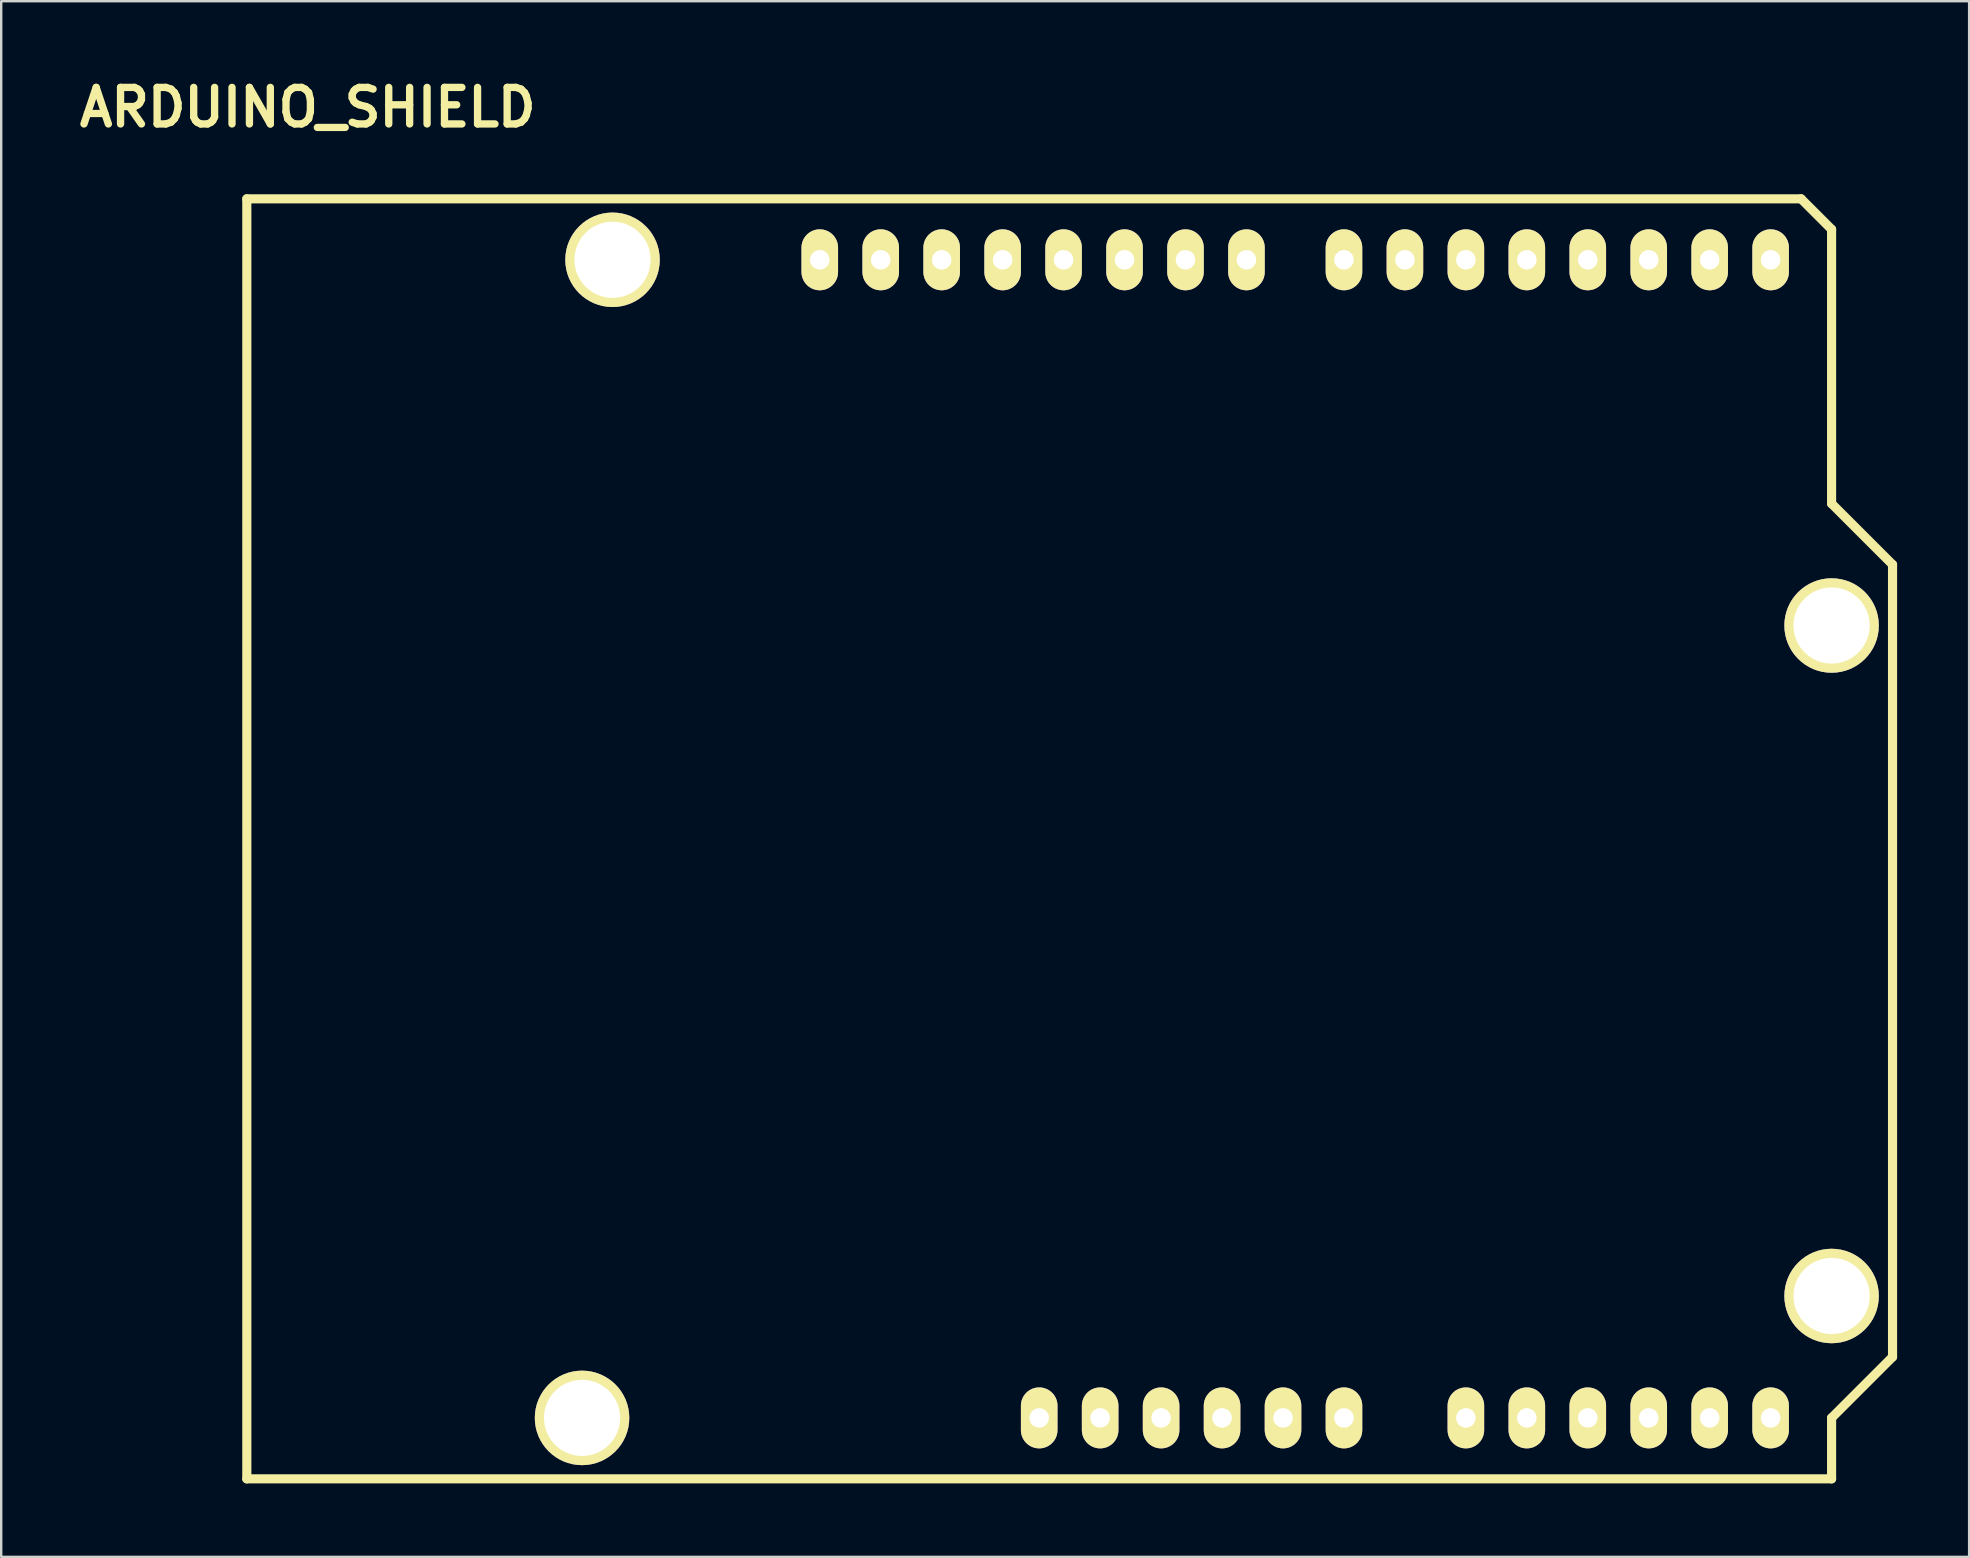
<source format=kicad_pcb>
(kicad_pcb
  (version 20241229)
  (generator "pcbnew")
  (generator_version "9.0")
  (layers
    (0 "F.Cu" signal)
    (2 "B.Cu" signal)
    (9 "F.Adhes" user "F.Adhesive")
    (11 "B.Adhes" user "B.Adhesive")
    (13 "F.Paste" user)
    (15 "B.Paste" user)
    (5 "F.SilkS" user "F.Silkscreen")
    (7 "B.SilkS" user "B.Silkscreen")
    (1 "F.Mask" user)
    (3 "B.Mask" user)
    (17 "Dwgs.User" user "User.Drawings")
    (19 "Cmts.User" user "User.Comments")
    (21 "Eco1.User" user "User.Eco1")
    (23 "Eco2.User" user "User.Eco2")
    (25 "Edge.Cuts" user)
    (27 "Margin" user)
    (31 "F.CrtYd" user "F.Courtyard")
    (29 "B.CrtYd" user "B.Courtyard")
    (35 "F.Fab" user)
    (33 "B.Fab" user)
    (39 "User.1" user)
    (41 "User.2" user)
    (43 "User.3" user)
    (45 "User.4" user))
  (footprint "ARDUINO_SHIELD"
    (layer "F.Cu")
    (at 7.235 58.576)
    (property "Reference" "ARDUINO_SHIELD" (at 2.54 -57.15 0) (layer "F.SilkS") (effects (font (size 1.524 1.524) (thickness 0.305))))
    (attr through_hole)
    (fp_line (start 0 0) (end 0 -53.34) (stroke (width 0.381) (type solid)) (layer "F.SilkS"))
    (fp_line (start 64.77 -53.34) (end 0 -53.34) (stroke (width 0.381) (type solid)) (layer "F.SilkS"))
    (fp_line (start 66.04 -52.07) (end 64.77 -53.34) (stroke (width 0.381) (type solid)) (layer "F.SilkS"))
    (fp_line (start 66.04 -40.64) (end 66.04 -52.07) (stroke (width 0.381) (type solid)) (layer "F.SilkS"))
    (fp_line (start 66.04 -40.64) (end 68.58 -38.1) (stroke (width 0.381) (type solid)) (layer "F.SilkS"))
    (fp_line (start 66.04 -2.54) (end 66.04 0) (stroke (width 0.381) (type solid)) (layer "F.SilkS"))
    (fp_line (start 66.04 0) (end 0 0) (stroke (width 0.381) (type solid)) (layer "F.SilkS"))
    (fp_line (start 68.58 -38.1) (end 68.58 -5.08) (stroke (width 0.381) (type solid)) (layer "F.SilkS"))
    (fp_line (start 68.58 -5.08) (end 66.04 -2.54) (stroke (width 0.381) (type solid)) (layer "F.SilkS"))
    (pad "" thru_hole circle (at 13.97 -2.54 90) (size 3.937 3.937) (drill 3.175) (layers "*.Cu" "*.Mask" "F.SilkS"))
    (pad "" thru_hole circle (at 15.24 -50.8 90) (size 3.937 3.937) (drill 3.175) (layers "*.Cu" "*.Mask" "F.SilkS"))
    (pad "" thru_hole circle (at 66.04 -35.56 90) (size 3.937 3.937) (drill 3.175) (layers "*.Cu" "*.Mask" "F.SilkS"))
    (pad "" thru_hole circle (at 66.04 -7.62 90) (size 3.937 3.937) (drill 3.175) (layers "*.Cu" "*.Mask" "F.SilkS"))
    (pad "0" thru_hole oval (at 63.5 -50.8 90) (size 2.54 1.524) (drill 0.813) (layers "*.Cu" "*.Mask" "F.SilkS"))
    (pad "1" thru_hole oval (at 60.96 -50.8 90) (size 2.54 1.524) (drill 0.813) (layers "*.Cu" "*.Mask" "F.SilkS"))
    (pad "2" thru_hole oval (at 58.42 -50.8 90) (size 2.54 1.524) (drill 0.813) (layers "*.Cu" "*.Mask" "F.SilkS"))
    (pad "3" thru_hole oval (at 55.88 -50.8 90) (size 2.54 1.524) (drill 0.813) (layers "*.Cu" "*.Mask" "F.SilkS"))
    (pad "3V3" thru_hole oval (at 35.56 -2.54 90) (size 2.54 1.524) (drill 0.813) (layers "*.Cu" "*.Mask" "F.SilkS"))
    (pad "4" thru_hole oval (at 53.34 -50.8 90) (size 2.54 1.524) (drill 0.813) (layers "*.Cu" "*.Mask" "F.SilkS"))
    (pad "5" thru_hole oval (at 50.8 -50.8 90) (size 2.54 1.524) (drill 0.813) (layers "*.Cu" "*.Mask" "F.SilkS"))
    (pad "5V" thru_hole oval (at 38.1 -2.54 90) (size 2.54 1.524) (drill 0.813) (layers "*.Cu" "*.Mask" "F.SilkS"))
    (pad "6" thru_hole oval (at 48.26 -50.8 90) (size 2.54 1.524) (drill 0.813) (layers "*.Cu" "*.Mask" "F.SilkS"))
    (pad "7" thru_hole oval (at 45.72 -50.8 90) (size 2.54 1.524) (drill 0.813) (layers "*.Cu" "*.Mask" "F.SilkS"))
    (pad "8" thru_hole oval (at 41.656 -50.8 90) (size 2.54 1.524) (drill 0.813) (layers "*.Cu" "*.Mask" "F.SilkS"))
    (pad "9" thru_hole oval (at 39.116 -50.8 90) (size 2.54 1.524) (drill 0.813) (layers "*.Cu" "*.Mask" "F.SilkS"))
    (pad "10" thru_hole oval (at 36.576 -50.8 90) (size 2.54 1.524) (drill 0.813) (layers "*.Cu" "*.Mask" "F.SilkS"))
    (pad "11" thru_hole oval (at 34.036 -50.8 90) (size 2.54 1.524) (drill 0.813) (layers "*.Cu" "*.Mask" "F.SilkS"))
    (pad "12" thru_hole oval (at 31.496 -50.8 90) (size 2.54 1.524) (drill 0.813) (layers "*.Cu" "*.Mask" "F.SilkS"))
    (pad "13" thru_hole oval (at 28.956 -50.8 90) (size 2.54 1.524) (drill 0.813) (layers "*.Cu" "*.Mask" "F.SilkS"))
    (pad "AD0" thru_hole oval (at 50.8 -2.54 90) (size 2.54 1.524) (drill 0.813) (layers "*.Cu" "*.Mask" "F.SilkS"))
    (pad "AD1" thru_hole oval (at 53.34 -2.54 90) (size 2.54 1.524) (drill 0.813) (layers "*.Cu" "*.Mask" "F.SilkS"))
    (pad "AD2" thru_hole oval (at 55.88 -2.54 90) (size 2.54 1.524) (drill 0.813) (layers "*.Cu" "*.Mask" "F.SilkS"))
    (pad "AD3" thru_hole oval (at 58.42 -2.54 90) (size 2.54 1.524) (drill 0.813) (layers "*.Cu" "*.Mask" "F.SilkS"))
    (pad "AD4" thru_hole oval (at 60.96 -2.54 90) (size 2.54 1.524) (drill 0.813) (layers "*.Cu" "*.Mask" "F.SilkS"))
    (pad "AD5" thru_hole oval (at 63.5 -2.54 90) (size 2.54 1.524) (drill 0.813) (layers "*.Cu" "*.Mask" "F.SilkS"))
    (pad "AREF" thru_hole oval (at 23.876 -50.8 90) (size 2.54 1.524) (drill 0.813) (layers "*.Cu" "*.Mask" "F.SilkS"))
    (pad "GND1" thru_hole oval (at 40.64 -2.54 90) (size 2.54 1.524) (drill 0.813) (layers "*.Cu" "*.Mask" "F.SilkS"))
    (pad "GND2" thru_hole oval (at 43.18 -2.54 90) (size 2.54 1.524) (drill 0.813) (layers "*.Cu" "*.Mask" "F.SilkS"))
    (pad "GND3" thru_hole oval (at 26.416 -50.8 90) (size 2.54 1.524) (drill 0.813) (layers "*.Cu" "*.Mask" "F.SilkS"))
    (pad "RST" thru_hole oval (at 33.02 -2.54 90) (size 2.54 1.524) (drill 0.813) (layers "*.Cu" "*.Mask" "F.SilkS"))
    (pad "V_IN" thru_hole oval (at 45.72 -2.54 90) (size 2.54 1.524) (drill 0.813) (layers "*.Cu" "*.Mask" "F.SilkS")))
  (gr_rect
    (start -3 -3)
    (end 79.006 61.826)
    (stroke (width 0.1) (type default))
    (fill no)
    (layer "Edge.Cuts")))
</source>
